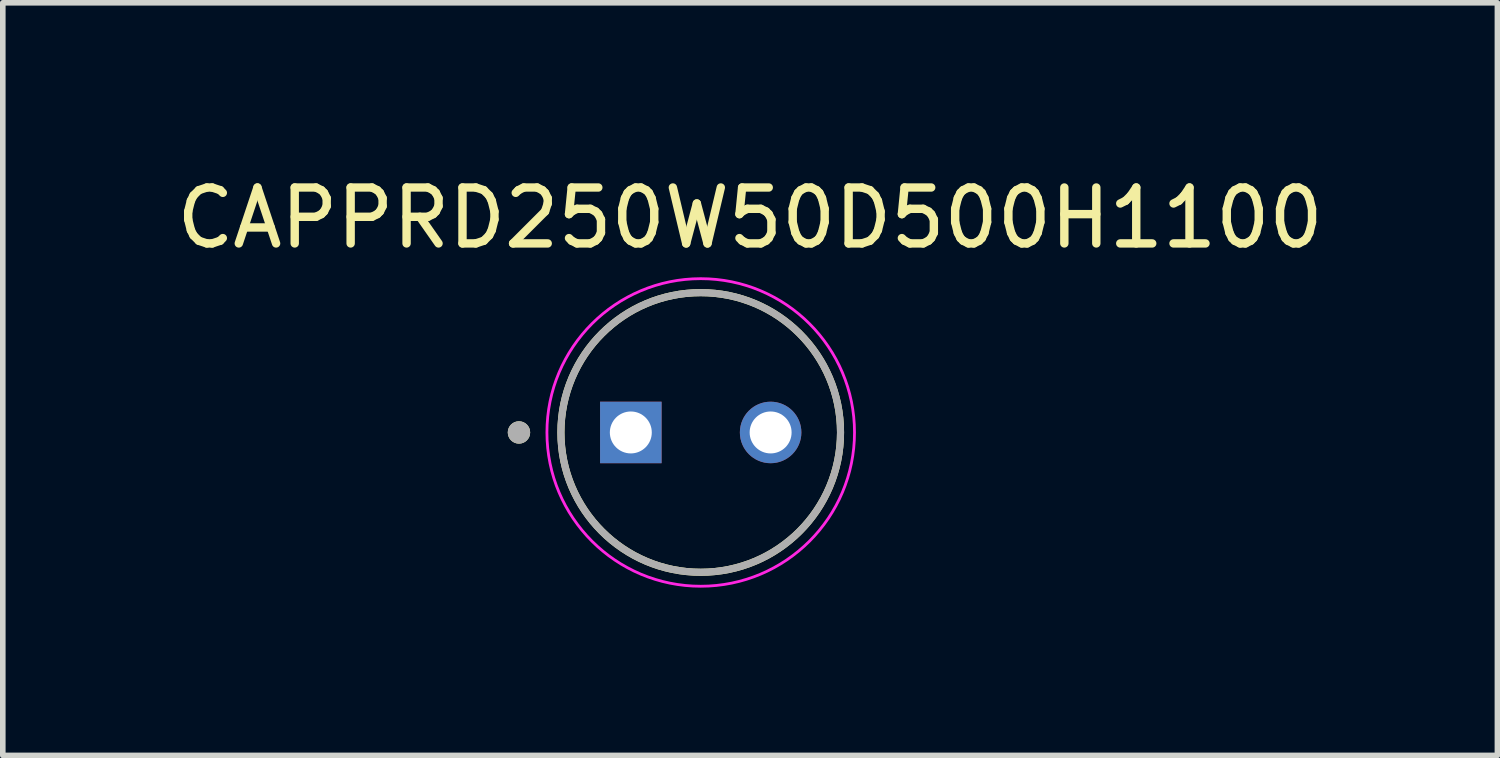
<source format=kicad_pcb>
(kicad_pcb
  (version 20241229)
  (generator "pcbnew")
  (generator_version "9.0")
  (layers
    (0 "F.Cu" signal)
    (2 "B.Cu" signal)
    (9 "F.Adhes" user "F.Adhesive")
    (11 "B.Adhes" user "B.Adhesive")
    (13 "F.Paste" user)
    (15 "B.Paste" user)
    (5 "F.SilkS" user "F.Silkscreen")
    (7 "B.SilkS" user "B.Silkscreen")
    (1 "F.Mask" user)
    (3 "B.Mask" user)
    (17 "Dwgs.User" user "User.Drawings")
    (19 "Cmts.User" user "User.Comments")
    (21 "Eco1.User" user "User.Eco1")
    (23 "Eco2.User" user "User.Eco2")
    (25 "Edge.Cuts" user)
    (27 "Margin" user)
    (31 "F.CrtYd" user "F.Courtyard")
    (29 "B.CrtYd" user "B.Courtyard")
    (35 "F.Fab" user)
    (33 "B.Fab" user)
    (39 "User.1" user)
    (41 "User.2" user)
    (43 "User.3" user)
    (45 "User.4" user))
  (footprint "CAPPRD250W50D500H1100"
    (layer "F.Cu")
    (at 9.48 4.683)
    (property "Reference" "CAPPRD250W50D500H1100" (at 0.883 -3.835 0) (layer "F.SilkS") (effects (font (size 1 1) (thickness 0.15))))
    (attr through_hole)
    (fp_circle (center -3.25 0) (end -3.15 0) (stroke (width 0.2) (type solid)) (fill no) (layer "F.SilkS"))
    (fp_circle (center 0 0) (end 2.5 0) (stroke (width 0.127) (type solid)) (fill no) (layer "F.SilkS"))
    (fp_circle (center 0 0) (end 2.75 0) (stroke (width 0.05) (type solid)) (fill no) (layer "F.CrtYd"))
    (fp_circle (center -3.25 0) (end -3.15 0) (stroke (width 0.2) (type solid)) (fill no) (layer "F.Fab"))
    (fp_circle (center 0 0) (end 2.5 0) (stroke (width 0.127) (type solid)) (fill no) (layer "F.Fab"))
    (pad "N" thru_hole circle (at 1.25 0) (size 1.1 1.1) (drill 0.75) (layers "*.Cu" "*.Mask"))
    (pad "P" thru_hole rect (at -1.25 0) (size 1.1 1.1) (drill 0.75) (layers "*.Cu" "*.Mask")))
  (gr_rect
    (start -3 -3)
    (end 23.726 10.458)
    (stroke (width 0.1) (type default))
    (fill no)
    (layer "Edge.Cuts")))
</source>
